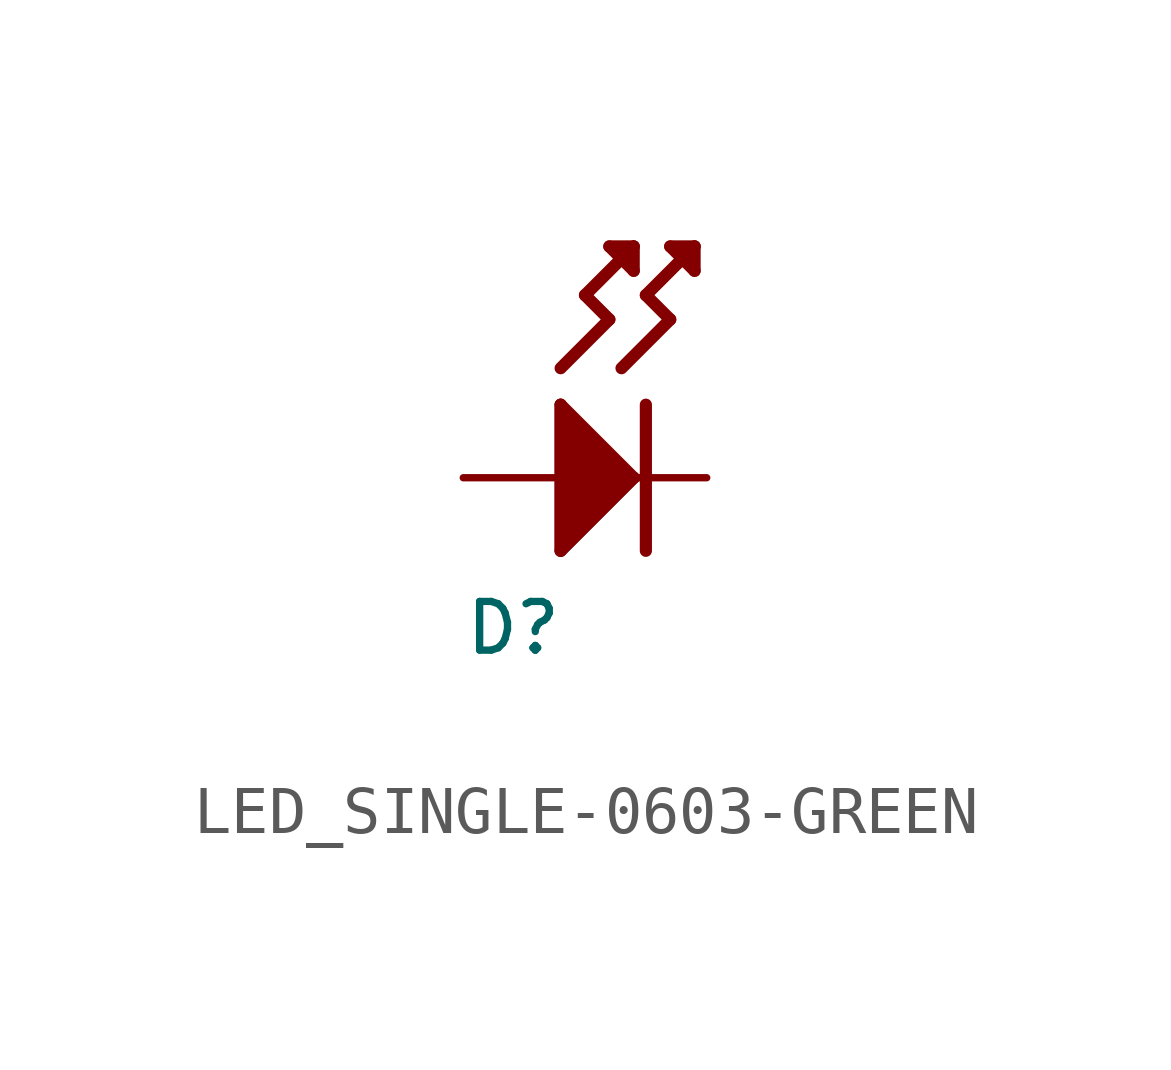
<source format=kicad_sym>
(kicad_symbol_lib
  (version 20241209)
  (generator "kicad_symbol_editor")
  (generator_version "9.0")
  (symbol "LED_SINGLE-0603-GREEN"
    (property "Reference" "D"
      (at -2.54 -2.54 0)
      (effects (font (size 1.016 1.016)) (justify left top)))
    (property "Value" ""
      (at -2.54 -5.08 0)
      (effects (font (size 1.016 1.016)) (justify left bottom)))
    (property "ki_locked" ""
      (at 0 0 0)
      (effects (font (size 1.27 1.27))))
    (symbol "LED_SINGLE-0603-GREEN_1_0"
      (polyline (pts (xy -0.508 2.286) (xy 0.508 3.302)) (stroke (width 0.254) (type solid)) (fill (type none)))
      (polyline (pts (xy -0.508 1.524) (xy 1.016 0)) (stroke (width 0.254) (type solid)) (fill (type none)))
      (polyline (pts (xy -0.508 1.524) (xy -0.508 -1.524) (xy 1.016 0)) (stroke (width 0.254) (type solid)) (fill (type outline)))
      (polyline (pts (xy -0.508 -1.524) (xy -0.508 1.524)) (stroke (width 0.254) (type solid)) (fill (type none)))
      (polyline (pts (xy 0 3.81) (xy 1.016 4.826)) (stroke (width 0.254) (type solid)) (fill (type none)))
      (polyline (pts (xy 0.508 4.826) (xy 1.016 4.318)) (stroke (width 0.254) (type solid)) (fill (type none)))
      (polyline (pts (xy 0.508 3.302) (xy 0 3.81)) (stroke (width 0.254) (type solid)) (fill (type none)))
      (polyline (pts (xy 0.762 2.286) (xy 1.778 3.302)) (stroke (width 0.254) (type solid)) (fill (type none)))
      (polyline (pts (xy 1.016 4.826) (xy 0.508 4.826)) (stroke (width 0.254) (type solid)) (fill (type none)))
      (polyline (pts (xy 1.016 4.318) (xy 1.016 4.826)) (stroke (width 0.254) (type solid)) (fill (type none)))
      (polyline (pts (xy 1.016 0) (xy -0.508 -1.524)) (stroke (width 0.254) (type solid)) (fill (type none)))
      (polyline (pts (xy 1.27 3.81) (xy 2.286 4.826)) (stroke (width 0.254) (type solid)) (fill (type none)))
      (polyline (pts (xy 1.27 1.524) (xy 1.27 -1.524)) (stroke (width 0.254) (type solid)) (fill (type none)))
      (polyline (pts (xy 1.778 4.826) (xy 2.286 4.318)) (stroke (width 0.254) (type solid)) (fill (type none)))
      (polyline (pts (xy 1.778 3.302) (xy 1.27 3.81)) (stroke (width 0.254) (type solid)) (fill (type none)))
      (polyline (pts (xy 2.286 4.826) (xy 1.778 4.826)) (stroke (width 0.254) (type solid)) (fill (type none)))
      (polyline (pts (xy 2.286 4.318) (xy 2.286 4.826)) (stroke (width 0.254) (type solid)) (fill (type none)))
      (pin power_in line (at -2.54 0 0) (length 2.54) (name "ANODE" (effects (font (size 0 0)))) (number "ANODE" (effects (font (size 0 0)))))
      (pin power_in line (at 2.54 0 180) (length 2.54) (name "CATHODE" (effects (font (size 0 0)))) (number "CATHODE" (effects (font (size 0 0))))))))
</source>
